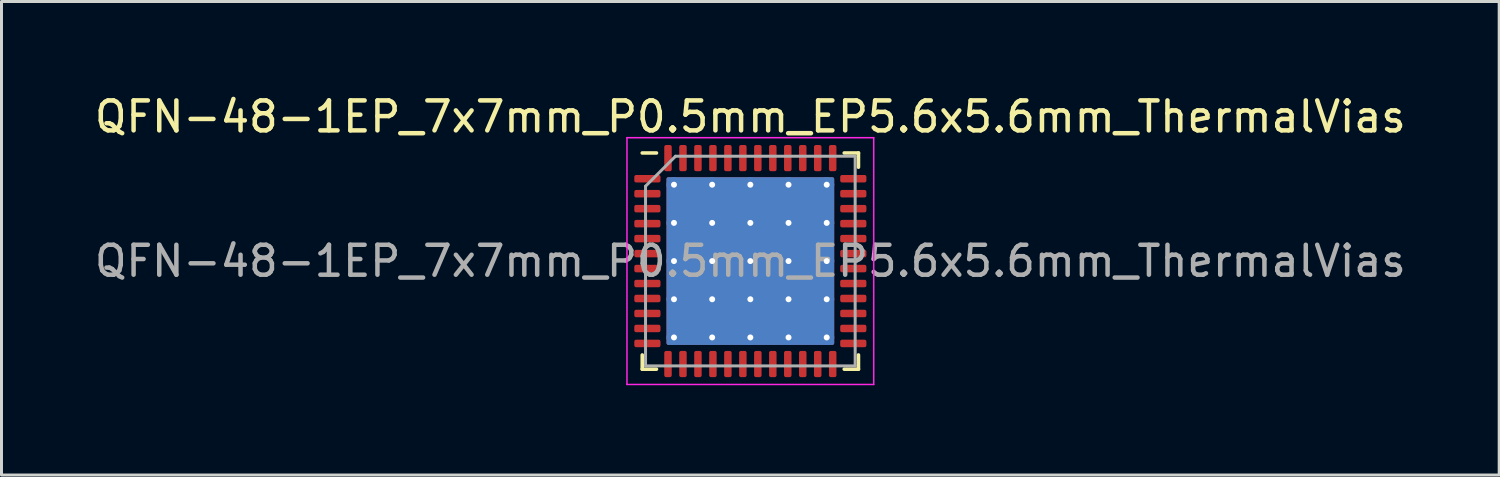
<source format=kicad_pcb>
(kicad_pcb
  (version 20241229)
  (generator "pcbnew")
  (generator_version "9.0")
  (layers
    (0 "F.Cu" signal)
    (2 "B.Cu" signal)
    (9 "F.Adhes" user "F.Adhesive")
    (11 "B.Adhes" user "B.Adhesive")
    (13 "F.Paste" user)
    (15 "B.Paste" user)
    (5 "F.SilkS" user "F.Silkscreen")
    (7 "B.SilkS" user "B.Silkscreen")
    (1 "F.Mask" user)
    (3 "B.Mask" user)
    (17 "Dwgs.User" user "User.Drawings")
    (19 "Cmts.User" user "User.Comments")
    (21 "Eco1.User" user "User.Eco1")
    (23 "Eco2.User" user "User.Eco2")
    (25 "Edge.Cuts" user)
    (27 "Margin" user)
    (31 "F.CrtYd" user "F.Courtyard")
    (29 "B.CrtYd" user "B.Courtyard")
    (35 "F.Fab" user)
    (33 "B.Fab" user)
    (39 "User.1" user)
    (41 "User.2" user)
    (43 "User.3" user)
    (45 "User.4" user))
  (footprint "QFN-48-1EP_7x7mm_P0.5mm_EP5.6x5.6mm_ThermalVias"
    (layer "F.Cu")
    (at 22.006 5.668)
    (property "Reference" "QFN-48-1EP_7x7mm_P0.5mm_EP5.6x5.6mm_ThermalVias" (at 0 -4.82 0) (layer "F.SilkS") (effects (font (size 1 1) (thickness 0.15))))
    (attr smd)
    (fp_line (start -3.61 3.61) (end -3.61 3.135) (stroke (width 0.12) (type solid)) (layer "F.SilkS"))
    (fp_line (start -3.135 -3.61) (end -3.61 -3.61) (stroke (width 0.12) (type solid)) (layer "F.SilkS"))
    (fp_line (start -3.135 3.61) (end -3.61 3.61) (stroke (width 0.12) (type solid)) (layer "F.SilkS"))
    (fp_line (start 3.135 -3.61) (end 3.61 -3.61) (stroke (width 0.12) (type solid)) (layer "F.SilkS"))
    (fp_line (start 3.135 3.61) (end 3.61 3.61) (stroke (width 0.12) (type solid)) (layer "F.SilkS"))
    (fp_line (start 3.61 -3.61) (end 3.61 -3.135) (stroke (width 0.12) (type solid)) (layer "F.SilkS"))
    (fp_line (start 3.61 3.61) (end 3.61 3.135) (stroke (width 0.12) (type solid)) (layer "F.SilkS"))
    (fp_line (start -4.12 -4.12) (end -4.12 4.12) (stroke (width 0.05) (type solid)) (layer "F.CrtYd"))
    (fp_line (start -4.12 4.12) (end 4.12 4.12) (stroke (width 0.05) (type solid)) (layer "F.CrtYd"))
    (fp_line (start 4.12 -4.12) (end -4.12 -4.12) (stroke (width 0.05) (type solid)) (layer "F.CrtYd"))
    (fp_line (start 4.12 4.12) (end 4.12 -4.12) (stroke (width 0.05) (type solid)) (layer "F.CrtYd"))
    (fp_line (start -3.5 -2.5) (end -2.5 -3.5) (stroke (width 0.1) (type solid)) (layer "F.Fab"))
    (fp_line (start -3.5 3.5) (end -3.5 -2.5) (stroke (width 0.1) (type solid)) (layer "F.Fab"))
    (fp_line (start -2.5 -3.5) (end 3.5 -3.5) (stroke (width 0.1) (type solid)) (layer "F.Fab"))
    (fp_line (start 3.5 -3.5) (end 3.5 3.5) (stroke (width 0.1) (type solid)) (layer "F.Fab"))
    (fp_line (start 3.5 3.5) (end -3.5 3.5) (stroke (width 0.1) (type solid)) (layer "F.Fab"))
    (fp_text user "${REFERENCE}" (at 0 0 0) (layer "F.Fab") (effects (font (size 1 1) (thickness 0.15))))
    (pad "" smd roundrect (at -1.913 -1.913) (size 1.084 1.084) (layers "F.Paste") (roundrect_rratio 0.231))
    (pad "" smd roundrect (at -1.913 -0.637) (size 1.084 1.084) (layers "F.Paste") (roundrect_rratio 0.231))
    (pad "" smd roundrect (at -1.913 0.637) (size 1.084 1.084) (layers "F.Paste") (roundrect_rratio 0.231))
    (pad "" smd roundrect (at -1.913 1.913) (size 1.084 1.084) (layers "F.Paste") (roundrect_rratio 0.231))
    (pad "" smd roundrect (at -0.637 -1.913) (size 1.084 1.084) (layers "F.Paste") (roundrect_rratio 0.231))
    (pad "" smd roundrect (at -0.637 -0.637) (size 1.084 1.084) (layers "F.Paste") (roundrect_rratio 0.231))
    (pad "" smd roundrect (at -0.637 0.637) (size 1.084 1.084) (layers "F.Paste") (roundrect_rratio 0.231))
    (pad "" smd roundrect (at -0.637 1.913) (size 1.084 1.084) (layers "F.Paste") (roundrect_rratio 0.231))
    (pad "" smd roundrect (at 0.637 -1.913) (size 1.084 1.084) (layers "F.Paste") (roundrect_rratio 0.231))
    (pad "" smd roundrect (at 0.637 -0.637) (size 1.084 1.084) (layers "F.Paste") (roundrect_rratio 0.231))
    (pad "" smd roundrect (at 0.637 0.637) (size 1.084 1.084) (layers "F.Paste") (roundrect_rratio 0.231))
    (pad "" smd roundrect (at 0.637 1.913) (size 1.084 1.084) (layers "F.Paste") (roundrect_rratio 0.231))
    (pad "" smd roundrect (at 1.913 -1.913) (size 1.084 1.084) (layers "F.Paste") (roundrect_rratio 0.231))
    (pad "" smd roundrect (at 1.913 -0.637) (size 1.084 1.084) (layers "F.Paste") (roundrect_rratio 0.231))
    (pad "" smd roundrect (at 1.913 0.637) (size 1.084 1.084) (layers "F.Paste") (roundrect_rratio 0.231))
    (pad "" smd roundrect (at 1.913 1.913) (size 1.084 1.084) (layers "F.Paste") (roundrect_rratio 0.231))
    (pad "1" smd roundrect (at -3.438 -2.75) (size 0.875 0.25) (layers "F.Cu" "F.Mask" "F.Paste") (roundrect_rratio 0.25))
    (pad "2" smd roundrect (at -3.438 -2.25) (size 0.875 0.25) (layers "F.Cu" "F.Mask" "F.Paste") (roundrect_rratio 0.25))
    (pad "3" smd roundrect (at -3.438 -1.75) (size 0.875 0.25) (layers "F.Cu" "F.Mask" "F.Paste") (roundrect_rratio 0.25))
    (pad "4" smd roundrect (at -3.438 -1.25) (size 0.875 0.25) (layers "F.Cu" "F.Mask" "F.Paste") (roundrect_rratio 0.25))
    (pad "5" smd roundrect (at -3.438 -0.75) (size 0.875 0.25) (layers "F.Cu" "F.Mask" "F.Paste") (roundrect_rratio 0.25))
    (pad "6" smd roundrect (at -3.438 -0.25) (size 0.875 0.25) (layers "F.Cu" "F.Mask" "F.Paste") (roundrect_rratio 0.25))
    (pad "7" smd roundrect (at -3.438 0.25) (size 0.875 0.25) (layers "F.Cu" "F.Mask" "F.Paste") (roundrect_rratio 0.25))
    (pad "8" smd roundrect (at -3.438 0.75) (size 0.875 0.25) (layers "F.Cu" "F.Mask" "F.Paste") (roundrect_rratio 0.25))
    (pad "9" smd roundrect (at -3.438 1.25) (size 0.875 0.25) (layers "F.Cu" "F.Mask" "F.Paste") (roundrect_rratio 0.25))
    (pad "10" smd roundrect (at -3.438 1.75) (size 0.875 0.25) (layers "F.Cu" "F.Mask" "F.Paste") (roundrect_rratio 0.25))
    (pad "11" smd roundrect (at -3.438 2.25) (size 0.875 0.25) (layers "F.Cu" "F.Mask" "F.Paste") (roundrect_rratio 0.25))
    (pad "12" smd roundrect (at -3.438 2.75) (size 0.875 0.25) (layers "F.Cu" "F.Mask" "F.Paste") (roundrect_rratio 0.25))
    (pad "13" smd roundrect (at -2.75 3.438) (size 0.25 0.875) (layers "F.Cu" "F.Mask" "F.Paste") (roundrect_rratio 0.25))
    (pad "14" smd roundrect (at -2.25 3.438) (size 0.25 0.875) (layers "F.Cu" "F.Mask" "F.Paste") (roundrect_rratio 0.25))
    (pad "15" smd roundrect (at -1.75 3.438) (size 0.25 0.875) (layers "F.Cu" "F.Mask" "F.Paste") (roundrect_rratio 0.25))
    (pad "16" smd roundrect (at -1.25 3.438) (size 0.25 0.875) (layers "F.Cu" "F.Mask" "F.Paste") (roundrect_rratio 0.25))
    (pad "17" smd roundrect (at -0.75 3.438) (size 0.25 0.875) (layers "F.Cu" "F.Mask" "F.Paste") (roundrect_rratio 0.25))
    (pad "18" smd roundrect (at -0.25 3.438) (size 0.25 0.875) (layers "F.Cu" "F.Mask" "F.Paste") (roundrect_rratio 0.25))
    (pad "19" smd roundrect (at 0.25 3.438) (size 0.25 0.875) (layers "F.Cu" "F.Mask" "F.Paste") (roundrect_rratio 0.25))
    (pad "20" smd roundrect (at 0.75 3.438) (size 0.25 0.875) (layers "F.Cu" "F.Mask" "F.Paste") (roundrect_rratio 0.25))
    (pad "21" smd roundrect (at 1.25 3.438) (size 0.25 0.875) (layers "F.Cu" "F.Mask" "F.Paste") (roundrect_rratio 0.25))
    (pad "22" smd roundrect (at 1.75 3.438) (size 0.25 0.875) (layers "F.Cu" "F.Mask" "F.Paste") (roundrect_rratio 0.25))
    (pad "23" smd roundrect (at 2.25 3.438) (size 0.25 0.875) (layers "F.Cu" "F.Mask" "F.Paste") (roundrect_rratio 0.25))
    (pad "24" smd roundrect (at 2.75 3.438) (size 0.25 0.875) (layers "F.Cu" "F.Mask" "F.Paste") (roundrect_rratio 0.25))
    (pad "25" smd roundrect (at 3.438 2.75) (size 0.875 0.25) (layers "F.Cu" "F.Mask" "F.Paste") (roundrect_rratio 0.25))
    (pad "26" smd roundrect (at 3.438 2.25) (size 0.875 0.25) (layers "F.Cu" "F.Mask" "F.Paste") (roundrect_rratio 0.25))
    (pad "27" smd roundrect (at 3.438 1.75) (size 0.875 0.25) (layers "F.Cu" "F.Mask" "F.Paste") (roundrect_rratio 0.25))
    (pad "28" smd roundrect (at 3.438 1.25) (size 0.875 0.25) (layers "F.Cu" "F.Mask" "F.Paste") (roundrect_rratio 0.25))
    (pad "29" smd roundrect (at 3.438 0.75) (size 0.875 0.25) (layers "F.Cu" "F.Mask" "F.Paste") (roundrect_rratio 0.25))
    (pad "30" smd roundrect (at 3.438 0.25) (size 0.875 0.25) (layers "F.Cu" "F.Mask" "F.Paste") (roundrect_rratio 0.25))
    (pad "31" smd roundrect (at 3.438 -0.25) (size 0.875 0.25) (layers "F.Cu" "F.Mask" "F.Paste") (roundrect_rratio 0.25))
    (pad "32" smd roundrect (at 3.438 -0.75) (size 0.875 0.25) (layers "F.Cu" "F.Mask" "F.Paste") (roundrect_rratio 0.25))
    (pad "33" smd roundrect (at 3.438 -1.25) (size 0.875 0.25) (layers "F.Cu" "F.Mask" "F.Paste") (roundrect_rratio 0.25))
    (pad "34" smd roundrect (at 3.438 -1.75) (size 0.875 0.25) (layers "F.Cu" "F.Mask" "F.Paste") (roundrect_rratio 0.25))
    (pad "35" smd roundrect (at 3.438 -2.25) (size 0.875 0.25) (layers "F.Cu" "F.Mask" "F.Paste") (roundrect_rratio 0.25))
    (pad "36" smd roundrect (at 3.438 -2.75) (size 0.875 0.25) (layers "F.Cu" "F.Mask" "F.Paste") (roundrect_rratio 0.25))
    (pad "37" smd roundrect (at 2.75 -3.438) (size 0.25 0.875) (layers "F.Cu" "F.Mask" "F.Paste") (roundrect_rratio 0.25))
    (pad "38" smd roundrect (at 2.25 -3.438) (size 0.25 0.875) (layers "F.Cu" "F.Mask" "F.Paste") (roundrect_rratio 0.25))
    (pad "39" smd roundrect (at 1.75 -3.438) (size 0.25 0.875) (layers "F.Cu" "F.Mask" "F.Paste") (roundrect_rratio 0.25))
    (pad "40" smd roundrect (at 1.25 -3.438) (size 0.25 0.875) (layers "F.Cu" "F.Mask" "F.Paste") (roundrect_rratio 0.25))
    (pad "41" smd roundrect (at 0.75 -3.438) (size 0.25 0.875) (layers "F.Cu" "F.Mask" "F.Paste") (roundrect_rratio 0.25))
    (pad "42" smd roundrect (at 0.25 -3.438) (size 0.25 0.875) (layers "F.Cu" "F.Mask" "F.Paste") (roundrect_rratio 0.25))
    (pad "43" smd roundrect (at -0.25 -3.438) (size 0.25 0.875) (layers "F.Cu" "F.Mask" "F.Paste") (roundrect_rratio 0.25))
    (pad "44" smd roundrect (at -0.75 -3.438) (size 0.25 0.875) (layers "F.Cu" "F.Mask" "F.Paste") (roundrect_rratio 0.25))
    (pad "45" smd roundrect (at -1.25 -3.438) (size 0.25 0.875) (layers "F.Cu" "F.Mask" "F.Paste") (roundrect_rratio 0.25))
    (pad "46" smd roundrect (at -1.75 -3.438) (size 0.25 0.875) (layers "F.Cu" "F.Mask" "F.Paste") (roundrect_rratio 0.25))
    (pad "47" smd roundrect (at -2.25 -3.438) (size 0.25 0.875) (layers "F.Cu" "F.Mask" "F.Paste") (roundrect_rratio 0.25))
    (pad "48" smd roundrect (at -2.75 -3.438) (size 0.25 0.875) (layers "F.Cu" "F.Mask" "F.Paste") (roundrect_rratio 0.25))
    (pad "49" thru_hole circle (at -2.55 -2.55) (size 0.5 0.5) (drill 0.2) (layers "*.Cu"))
    (pad "49" thru_hole circle (at -2.55 -1.275) (size 0.5 0.5) (drill 0.2) (layers "*.Cu"))
    (pad "49" thru_hole circle (at -2.55 0) (size 0.5 0.5) (drill 0.2) (layers "*.Cu"))
    (pad "49" thru_hole circle (at -2.55 1.275) (size 0.5 0.5) (drill 0.2) (layers "*.Cu"))
    (pad "49" thru_hole circle (at -2.55 2.55) (size 0.5 0.5) (drill 0.2) (layers "*.Cu"))
    (pad "49" thru_hole circle (at -1.275 -2.55) (size 0.5 0.5) (drill 0.2) (layers "*.Cu"))
    (pad "49" thru_hole circle (at -1.275 -1.275) (size 0.5 0.5) (drill 0.2) (layers "*.Cu"))
    (pad "49" thru_hole circle (at -1.275 0) (size 0.5 0.5) (drill 0.2) (layers "*.Cu"))
    (pad "49" thru_hole circle (at -1.275 1.275) (size 0.5 0.5) (drill 0.2) (layers "*.Cu"))
    (pad "49" thru_hole circle (at -1.275 2.55) (size 0.5 0.5) (drill 0.2) (layers "*.Cu"))
    (pad "49" thru_hole circle (at 0 -2.55) (size 0.5 0.5) (drill 0.2) (layers "*.Cu"))
    (pad "49" thru_hole circle (at 0 -1.275) (size 0.5 0.5) (drill 0.2) (layers "*.Cu"))
    (pad "49" thru_hole circle (at 0 0) (size 0.5 0.5) (drill 0.2) (layers "*.Cu"))
    (pad "49" smd roundrect (at 0 0) (size 5.6 5.6) (layers "F.Cu" "F.Mask") (roundrect_rratio 0.011))
    (pad "49" smd roundrect (at 0 0) (size 5.6 5.6) (layers "B.Cu") (roundrect_rratio 0.011))
    (pad "49" thru_hole circle (at 0 1.275) (size 0.5 0.5) (drill 0.2) (layers "*.Cu"))
    (pad "49" thru_hole circle (at 0 2.55) (size 0.5 0.5) (drill 0.2) (layers "*.Cu"))
    (pad "49" thru_hole circle (at 1.275 -2.55) (size 0.5 0.5) (drill 0.2) (layers "*.Cu"))
    (pad "49" thru_hole circle (at 1.275 -1.275) (size 0.5 0.5) (drill 0.2) (layers "*.Cu"))
    (pad "49" thru_hole circle (at 1.275 0) (size 0.5 0.5) (drill 0.2) (layers "*.Cu"))
    (pad "49" thru_hole circle (at 1.275 1.275) (size 0.5 0.5) (drill 0.2) (layers "*.Cu"))
    (pad "49" thru_hole circle (at 1.275 2.55) (size 0.5 0.5) (drill 0.2) (layers "*.Cu"))
    (pad "49" thru_hole circle (at 2.55 -2.55) (size 0.5 0.5) (drill 0.2) (layers "*.Cu"))
    (pad "49" thru_hole circle (at 2.55 -1.275) (size 0.5 0.5) (drill 0.2) (layers "*.Cu"))
    (pad "49" thru_hole circle (at 2.55 0) (size 0.5 0.5) (drill 0.2) (layers "*.Cu"))
    (pad "49" thru_hole circle (at 2.55 1.275) (size 0.5 0.5) (drill 0.2) (layers "*.Cu"))
    (pad "49" thru_hole circle (at 2.55 2.55) (size 0.5 0.5) (drill 0.2) (layers "*.Cu")))
  (gr_rect
    (start -3 -3)
    (end 47.012 12.813)
    (stroke (width 0.1) (type default))
    (fill no)
    (layer "Edge.Cuts")))
</source>
